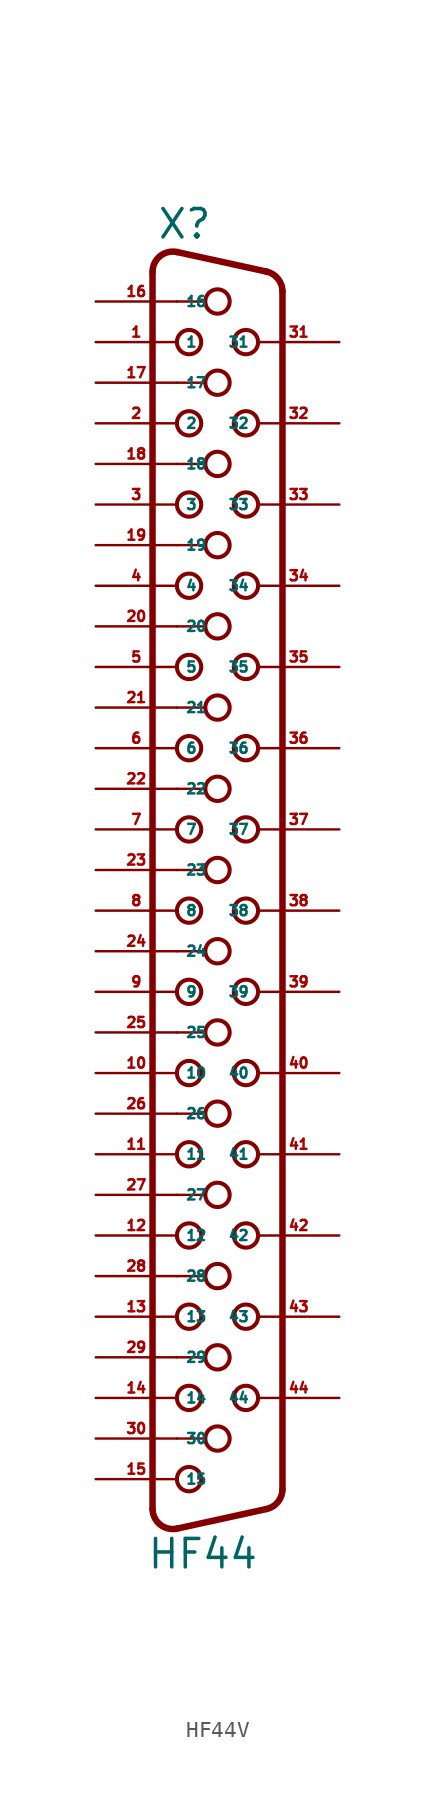
<source format=kicad_sym>
(kicad_symbol_lib
  (version 20220914)
  (generator Eagle2Kicad)
  (symbol "HF44V"
    (property "Reference" "X"
      (at -3.81 36.83 0)
      (effects (font (size 1.778 1.778) (thickness 0.22)) (justify left bottom)))
    (property "Value" "HF44"
      (at -4.445 -46.355 0)
      (effects (font (size 1.778 1.778) (thickness 0.22)) (justify left bottom)))
    (arc
      (start -2.5226 36.112)
      (mid -3.590 35.861)
      (end -4.064 34.8712)
      (stroke (width 0.4064) (type default))
      (fill (type none)))
    (polyline
      (pts (xy -2.523 36.112) (xy 3.065 34.889))
      (stroke (width 0.406) (type default))
      (fill (type none)))
    (arc
      (start 4.0642 33.6488)
      (mid 3.783 34.445)
      (end 3.0654 34.8895)
      (stroke (width 0.4064) (type default))
      (fill (type none)))
    (polyline
      (pts (xy 4.064 -41.269) (xy 4.064 33.649))
      (stroke (width 0.406) (type default))
      (fill (type none)))
    (arc
      (start 3.0654 -42.5094)
      (mid 3.783 -42.065)
      (end 4.064 -41.2688)
      (stroke (width 0.4064) (type default))
      (fill (type none)))
    (polyline
      (pts (xy -4.064 -42.491) (xy -4.064 34.871))
      (stroke (width 0.406) (type default))
      (fill (type none)))
    (polyline
      (pts (xy -2.523 -43.732) (xy 3.065 -42.509))
      (stroke (width 0.406) (type default))
      (fill (type none)))
    (arc
      (start -4.064 -42.4912)
      (mid -3.590 -43.481)
      (end -2.5226 -43.7319)
      (stroke (width 0.4064) (type default))
      (fill (type none)))
    (polyline
      (pts (xy -2.54 33.02) (xy -0.762 33.02))
      (stroke (width 0.152) (type default))
      (fill (type none)))
    (polyline
      (pts (xy -2.54 27.94) (xy -0.762 27.94))
      (stroke (width 0.152) (type default))
      (fill (type none)))
    (polyline
      (pts (xy -2.54 22.86) (xy -0.762 22.86))
      (stroke (width 0.152) (type default))
      (fill (type none)))
    (polyline
      (pts (xy -2.54 17.78) (xy -0.762 17.78))
      (stroke (width 0.152) (type default))
      (fill (type none)))
    (polyline
      (pts (xy -2.54 12.7) (xy -0.762 12.7))
      (stroke (width 0.152) (type default))
      (fill (type none)))
    (polyline
      (pts (xy -2.54 7.62) (xy -0.762 7.62))
      (stroke (width 0.152) (type default))
      (fill (type none)))
    (polyline
      (pts (xy -2.54 2.54) (xy -0.762 2.54))
      (stroke (width 0.152) (type default))
      (fill (type none)))
    (polyline
      (pts (xy -2.54 -2.54) (xy -0.762 -2.54))
      (stroke (width 0.152) (type default))
      (fill (type none)))
    (polyline
      (pts (xy -2.54 -7.62) (xy -0.762 -7.62))
      (stroke (width 0.152) (type default))
      (fill (type none)))
    (polyline
      (pts (xy -2.54 -17.78) (xy -0.762 -17.78))
      (stroke (width 0.152) (type default))
      (fill (type none)))
    (polyline
      (pts (xy -2.54 -22.86) (xy -0.762 -22.86))
      (stroke (width 0.152) (type default))
      (fill (type none)))
    (polyline
      (pts (xy -2.54 -27.94) (xy -0.762 -27.94))
      (stroke (width 0.152) (type default))
      (fill (type none)))
    (polyline
      (pts (xy -2.54 -33.02) (xy -0.762 -33.02))
      (stroke (width 0.152) (type default))
      (fill (type none)))
    (polyline
      (pts (xy -2.54 -38.1) (xy -0.762 -38.1))
      (stroke (width 0.152) (type default))
      (fill (type none)))
    (polyline
      (pts (xy -2.54 -12.7) (xy -0.762 -12.7))
      (stroke (width 0.152) (type default))
      (fill (type none)))
    (circle
      (center 0 33.02)
      (radius 0.762)
      (stroke (width 0.254) (type default))
      (fill (type none)))
    (circle
      (center -1.778 30.48)
      (radius 0.762)
      (stroke (width 0.254) (type default))
      (fill (type none)))
    (circle
      (center 1.778 30.48)
      (radius 0.762)
      (stroke (width 0.254) (type default))
      (fill (type none)))
    (circle
      (center -1.778 25.4)
      (radius 0.762)
      (stroke (width 0.254) (type default))
      (fill (type none)))
    (circle
      (center 1.778 25.4)
      (radius 0.762)
      (stroke (width 0.254) (type default))
      (fill (type none)))
    (circle
      (center -1.778 20.32)
      (radius 0.762)
      (stroke (width 0.254) (type default))
      (fill (type none)))
    (circle
      (center 1.778 20.32)
      (radius 0.762)
      (stroke (width 0.254) (type default))
      (fill (type none)))
    (circle
      (center -1.778 15.24)
      (radius 0.762)
      (stroke (width 0.254) (type default))
      (fill (type none)))
    (circle
      (center 1.778 15.24)
      (radius 0.762)
      (stroke (width 0.254) (type default))
      (fill (type none)))
    (circle
      (center -1.778 10.16)
      (radius 0.762)
      (stroke (width 0.254) (type default))
      (fill (type none)))
    (circle
      (center 0 27.94)
      (radius 0.762)
      (stroke (width 0.254) (type default))
      (fill (type none)))
    (circle
      (center 0 22.86)
      (radius 0.762)
      (stroke (width 0.254) (type default))
      (fill (type none)))
    (circle
      (center 0 17.78)
      (radius 0.762)
      (stroke (width 0.254) (type default))
      (fill (type none)))
    (circle
      (center 0 12.7)
      (radius 0.762)
      (stroke (width 0.254) (type default))
      (fill (type none)))
    (circle
      (center 0 7.62)
      (radius 0.762)
      (stroke (width 0.254) (type default))
      (fill (type none)))
    (circle
      (center 1.778 10.16)
      (radius 0.762)
      (stroke (width 0.254) (type default))
      (fill (type none)))
    (circle
      (center -1.778 5.08)
      (radius 0.762)
      (stroke (width 0.254) (type default))
      (fill (type none)))
    (circle
      (center 1.778 5.08)
      (radius 0.762)
      (stroke (width 0.254) (type default))
      (fill (type none)))
    (circle
      (center -1.778 0)
      (radius 0.762)
      (stroke (width 0.254) (type default))
      (fill (type none)))
    (circle
      (center 1.778 0)
      (radius 0.762)
      (stroke (width 0.254) (type default))
      (fill (type none)))
    (circle
      (center -1.778 -5.08)
      (radius 0.762)
      (stroke (width 0.254) (type default))
      (fill (type none)))
    (circle
      (center 1.778 -5.08)
      (radius 0.762)
      (stroke (width 0.254) (type default))
      (fill (type none)))
    (circle
      (center -1.778 -10.16)
      (radius 0.762)
      (stroke (width 0.254) (type default))
      (fill (type none)))
    (circle
      (center 0 2.54)
      (radius 0.762)
      (stroke (width 0.254) (type default))
      (fill (type none)))
    (circle
      (center 0 -2.54)
      (radius 0.762)
      (stroke (width 0.254) (type default))
      (fill (type none)))
    (circle
      (center 0 -7.62)
      (radius 0.762)
      (stroke (width 0.254) (type default))
      (fill (type none)))
    (circle
      (center 1.778 -10.16)
      (radius 0.762)
      (stroke (width 0.254) (type default))
      (fill (type none)))
    (circle
      (center -1.778 -15.24)
      (radius 0.762)
      (stroke (width 0.254) (type default))
      (fill (type none)))
    (circle
      (center 1.778 -15.24)
      (radius 0.762)
      (stroke (width 0.254) (type default))
      (fill (type none)))
    (circle
      (center -1.778 -20.32)
      (radius 0.762)
      (stroke (width 0.254) (type default))
      (fill (type none)))
    (circle
      (center 1.778 -20.32)
      (radius 0.762)
      (stroke (width 0.254) (type default))
      (fill (type none)))
    (circle
      (center -1.778 -25.4)
      (radius 0.762)
      (stroke (width 0.254) (type default))
      (fill (type none)))
    (circle
      (center 1.778 -25.4)
      (radius 0.762)
      (stroke (width 0.254) (type default))
      (fill (type none)))
    (circle
      (center -1.778 -30.48)
      (radius 0.762)
      (stroke (width 0.254) (type default))
      (fill (type none)))
    (circle
      (center 0 -17.78)
      (radius 0.762)
      (stroke (width 0.254) (type default))
      (fill (type none)))
    (circle
      (center 0 -22.86)
      (radius 0.762)
      (stroke (width 0.254) (type default))
      (fill (type none)))
    (circle
      (center 0 -27.94)
      (radius 0.762)
      (stroke (width 0.254) (type default))
      (fill (type none)))
    (circle
      (center 0 -33.02)
      (radius 0.762)
      (stroke (width 0.254) (type default))
      (fill (type none)))
    (circle
      (center 1.778 -30.48)
      (radius 0.762)
      (stroke (width 0.254) (type default))
      (fill (type none)))
    (circle
      (center -1.778 -35.56)
      (radius 0.762)
      (stroke (width 0.254) (type default))
      (fill (type none)))
    (circle
      (center 1.778 -35.56)
      (radius 0.762)
      (stroke (width 0.254) (type default))
      (fill (type none)))
    (circle
      (center -1.778 -40.64)
      (radius 0.762)
      (stroke (width 0.254) (type default))
      (fill (type none)))
    (circle
      (center 0 -38.1)
      (radius 0.762)
      (stroke (width 0.254) (type default))
      (fill (type none)))
    (circle
      (center 0 -12.7)
      (radius 0.762)
      (stroke (width 0.254) (type default))
      (fill (type none)))
    (pin passive line
      (at -7.62 30.48 0)
      (length 5.08)
      (name "1" (effects (font (size 0.635 0.635) (thickness 0.08)) (justify left bottom)))
      (number "1" (effects (font (size 0.635 0.635) (thickness 0.08)) (justify left bottom))))
    (pin passive line
      (at -7.62 25.4 0)
      (length 5.08)
      (name "2" (effects (font (size 0.635 0.635) (thickness 0.08)) (justify left bottom)))
      (number "2" (effects (font (size 0.635 0.635) (thickness 0.08)) (justify left bottom))))
    (pin passive line
      (at -7.62 20.32 0)
      (length 5.08)
      (name "3" (effects (font (size 0.635 0.635) (thickness 0.08)) (justify left bottom)))
      (number "3" (effects (font (size 0.635 0.635) (thickness 0.08)) (justify left bottom))))
    (pin passive line
      (at -7.62 15.24 0)
      (length 5.08)
      (name "4" (effects (font (size 0.635 0.635) (thickness 0.08)) (justify left bottom)))
      (number "4" (effects (font (size 0.635 0.635) (thickness 0.08)) (justify left bottom))))
    (pin passive line
      (at -7.62 10.16 0)
      (length 5.08)
      (name "5" (effects (font (size 0.635 0.635) (thickness 0.08)) (justify left bottom)))
      (number "5" (effects (font (size 0.635 0.635) (thickness 0.08)) (justify left bottom))))
    (pin passive line
      (at -7.62 5.08 0)
      (length 5.08)
      (name "6" (effects (font (size 0.635 0.635) (thickness 0.08)) (justify left bottom)))
      (number "6" (effects (font (size 0.635 0.635) (thickness 0.08)) (justify left bottom))))
    (pin passive line
      (at -7.62 0 0)
      (length 5.08)
      (name "7" (effects (font (size 0.635 0.635) (thickness 0.08)) (justify left bottom)))
      (number "7" (effects (font (size 0.635 0.635) (thickness 0.08)) (justify left bottom))))
    (pin passive line
      (at -7.62 -5.08 0)
      (length 5.08)
      (name "8" (effects (font (size 0.635 0.635) (thickness 0.08)) (justify left bottom)))
      (number "8" (effects (font (size 0.635 0.635) (thickness 0.08)) (justify left bottom))))
    (pin passive line
      (at -7.62 -10.16 0)
      (length 5.08)
      (name "9" (effects (font (size 0.635 0.635) (thickness 0.08)) (justify left bottom)))
      (number "9" (effects (font (size 0.635 0.635) (thickness 0.08)) (justify left bottom))))
    (pin passive line
      (at -7.62 -15.24 0)
      (length 5.08)
      (name "10" (effects (font (size 0.635 0.635) (thickness 0.08)) (justify left bottom)))
      (number "10" (effects (font (size 0.635 0.635) (thickness 0.08)) (justify left bottom))))
    (pin passive line
      (at -7.62 -20.32 0)
      (length 5.08)
      (name "11" (effects (font (size 0.635 0.635) (thickness 0.08)) (justify left bottom)))
      (number "11" (effects (font (size 0.635 0.635) (thickness 0.08)) (justify left bottom))))
    (pin passive line
      (at -7.62 -25.4 0)
      (length 5.08)
      (name "12" (effects (font (size 0.635 0.635) (thickness 0.08)) (justify left bottom)))
      (number "12" (effects (font (size 0.635 0.635) (thickness 0.08)) (justify left bottom))))
    (pin passive line
      (at -7.62 -30.48 0)
      (length 5.08)
      (name "13" (effects (font (size 0.635 0.635) (thickness 0.08)) (justify left bottom)))
      (number "13" (effects (font (size 0.635 0.635) (thickness 0.08)) (justify left bottom))))
    (pin passive line
      (at -7.62 -35.56 0)
      (length 5.08)
      (name "14" (effects (font (size 0.635 0.635) (thickness 0.08)) (justify left bottom)))
      (number "14" (effects (font (size 0.635 0.635) (thickness 0.08)) (justify left bottom))))
    (pin passive line
      (at -7.62 -40.64 0)
      (length 5.08)
      (name "15" (effects (font (size 0.635 0.635) (thickness 0.08)) (justify left bottom)))
      (number "15" (effects (font (size 0.635 0.635) (thickness 0.08)) (justify left bottom))))
    (pin passive line
      (at -7.62 33.02 0)
      (length 5.08)
      (name "16" (effects (font (size 0.635 0.635) (thickness 0.08)) (justify left bottom)))
      (number "16" (effects (font (size 0.635 0.635) (thickness 0.08)) (justify left bottom))))
    (pin passive line
      (at -7.62 27.94 0)
      (length 5.08)
      (name "17" (effects (font (size 0.635 0.635) (thickness 0.08)) (justify left bottom)))
      (number "17" (effects (font (size 0.635 0.635) (thickness 0.08)) (justify left bottom))))
    (pin passive line
      (at -7.62 22.86 0)
      (length 5.08)
      (name "18" (effects (font (size 0.635 0.635) (thickness 0.08)) (justify left bottom)))
      (number "18" (effects (font (size 0.635 0.635) (thickness 0.08)) (justify left bottom))))
    (pin passive line
      (at -7.62 17.78 0)
      (length 5.08)
      (name "19" (effects (font (size 0.635 0.635) (thickness 0.08)) (justify left bottom)))
      (number "19" (effects (font (size 0.635 0.635) (thickness 0.08)) (justify left bottom))))
    (pin passive line
      (at -7.62 12.7 0)
      (length 5.08)
      (name "20" (effects (font (size 0.635 0.635) (thickness 0.08)) (justify left bottom)))
      (number "20" (effects (font (size 0.635 0.635) (thickness 0.08)) (justify left bottom))))
    (pin passive line
      (at -7.62 7.62 0)
      (length 5.08)
      (name "21" (effects (font (size 0.635 0.635) (thickness 0.08)) (justify left bottom)))
      (number "21" (effects (font (size 0.635 0.635) (thickness 0.08)) (justify left bottom))))
    (pin passive line
      (at -7.62 2.54 0)
      (length 5.08)
      (name "22" (effects (font (size 0.635 0.635) (thickness 0.08)) (justify left bottom)))
      (number "22" (effects (font (size 0.635 0.635) (thickness 0.08)) (justify left bottom))))
    (pin passive line
      (at -7.62 -2.54 0)
      (length 5.08)
      (name "23" (effects (font (size 0.635 0.635) (thickness 0.08)) (justify left bottom)))
      (number "23" (effects (font (size 0.635 0.635) (thickness 0.08)) (justify left bottom))))
    (pin passive line
      (at -7.62 -7.62 0)
      (length 5.08)
      (name "24" (effects (font (size 0.635 0.635) (thickness 0.08)) (justify left bottom)))
      (number "24" (effects (font (size 0.635 0.635) (thickness 0.08)) (justify left bottom))))
    (pin passive line
      (at -7.62 -12.7 0)
      (length 5.08)
      (name "25" (effects (font (size 0.635 0.635) (thickness 0.08)) (justify left bottom)))
      (number "25" (effects (font (size 0.635 0.635) (thickness 0.08)) (justify left bottom))))
    (pin passive line
      (at -7.62 -17.78 0)
      (length 5.08)
      (name "26" (effects (font (size 0.635 0.635) (thickness 0.08)) (justify left bottom)))
      (number "26" (effects (font (size 0.635 0.635) (thickness 0.08)) (justify left bottom))))
    (pin passive line
      (at -7.62 -22.86 0)
      (length 5.08)
      (name "27" (effects (font (size 0.635 0.635) (thickness 0.08)) (justify left bottom)))
      (number "27" (effects (font (size 0.635 0.635) (thickness 0.08)) (justify left bottom))))
    (pin passive line
      (at -7.62 -27.94 0)
      (length 5.08)
      (name "28" (effects (font (size 0.635 0.635) (thickness 0.08)) (justify left bottom)))
      (number "28" (effects (font (size 0.635 0.635) (thickness 0.08)) (justify left bottom))))
    (pin passive line
      (at -7.62 -33.02 0)
      (length 5.08)
      (name "29" (effects (font (size 0.635 0.635) (thickness 0.08)) (justify left bottom)))
      (number "29" (effects (font (size 0.635 0.635) (thickness 0.08)) (justify left bottom))))
    (pin passive line
      (at -7.62 -38.1 0)
      (length 5.08)
      (name "30" (effects (font (size 0.635 0.635) (thickness 0.08)) (justify left bottom)))
      (number "30" (effects (font (size 0.635 0.635) (thickness 0.08)) (justify left bottom))))
    (pin passive line
      (at 7.62 30.48 180)
      (length 5.08)
      (name "31" (effects (font (size 0.635 0.635) (thickness 0.08)) (justify left bottom)))
      (number "31" (effects (font (size 0.635 0.635) (thickness 0.08)) (justify left bottom))))
    (pin passive line
      (at 7.62 25.4 180)
      (length 5.08)
      (name "32" (effects (font (size 0.635 0.635) (thickness 0.08)) (justify left bottom)))
      (number "32" (effects (font (size 0.635 0.635) (thickness 0.08)) (justify left bottom))))
    (pin passive line
      (at 7.62 20.32 180)
      (length 5.08)
      (name "33" (effects (font (size 0.635 0.635) (thickness 0.08)) (justify left bottom)))
      (number "33" (effects (font (size 0.635 0.635) (thickness 0.08)) (justify left bottom))))
    (pin passive line
      (at 7.62 15.24 180)
      (length 5.08)
      (name "34" (effects (font (size 0.635 0.635) (thickness 0.08)) (justify left bottom)))
      (number "34" (effects (font (size 0.635 0.635) (thickness 0.08)) (justify left bottom))))
    (pin passive line
      (at 7.62 10.16 180)
      (length 5.08)
      (name "35" (effects (font (size 0.635 0.635) (thickness 0.08)) (justify left bottom)))
      (number "35" (effects (font (size 0.635 0.635) (thickness 0.08)) (justify left bottom))))
    (pin passive line
      (at 7.62 5.08 180)
      (length 5.08)
      (name "36" (effects (font (size 0.635 0.635) (thickness 0.08)) (justify left bottom)))
      (number "36" (effects (font (size 0.635 0.635) (thickness 0.08)) (justify left bottom))))
    (pin passive line
      (at 7.62 0 180)
      (length 5.08)
      (name "37" (effects (font (size 0.635 0.635) (thickness 0.08)) (justify left bottom)))
      (number "37" (effects (font (size 0.635 0.635) (thickness 0.08)) (justify left bottom))))
    (pin passive line
      (at 7.62 -5.08 180)
      (length 5.08)
      (name "38" (effects (font (size 0.635 0.635) (thickness 0.08)) (justify left bottom)))
      (number "38" (effects (font (size 0.635 0.635) (thickness 0.08)) (justify left bottom))))
    (pin passive line
      (at 7.62 -10.16 180)
      (length 5.08)
      (name "39" (effects (font (size 0.635 0.635) (thickness 0.08)) (justify left bottom)))
      (number "39" (effects (font (size 0.635 0.635) (thickness 0.08)) (justify left bottom))))
    (pin passive line
      (at 7.62 -15.24 180)
      (length 5.08)
      (name "40" (effects (font (size 0.635 0.635) (thickness 0.08)) (justify left bottom)))
      (number "40" (effects (font (size 0.635 0.635) (thickness 0.08)) (justify left bottom))))
    (pin passive line
      (at 7.62 -20.32 180)
      (length 5.08)
      (name "41" (effects (font (size 0.635 0.635) (thickness 0.08)) (justify left bottom)))
      (number "41" (effects (font (size 0.635 0.635) (thickness 0.08)) (justify left bottom))))
    (pin passive line
      (at 7.62 -25.4 180)
      (length 5.08)
      (name "42" (effects (font (size 0.635 0.635) (thickness 0.08)) (justify left bottom)))
      (number "42" (effects (font (size 0.635 0.635) (thickness 0.08)) (justify left bottom))))
    (pin passive line
      (at 7.62 -30.48 180)
      (length 5.08)
      (name "43" (effects (font (size 0.635 0.635) (thickness 0.08)) (justify left bottom)))
      (number "43" (effects (font (size 0.635 0.635) (thickness 0.08)) (justify left bottom))))
    (pin passive line
      (at 7.62 -35.56 180)
      (length 5.08)
      (name "44" (effects (font (size 0.635 0.635) (thickness 0.08)) (justify left bottom)))
      (number "44" (effects (font (size 0.635 0.635) (thickness 0.08)) (justify left bottom))))))
</source>
